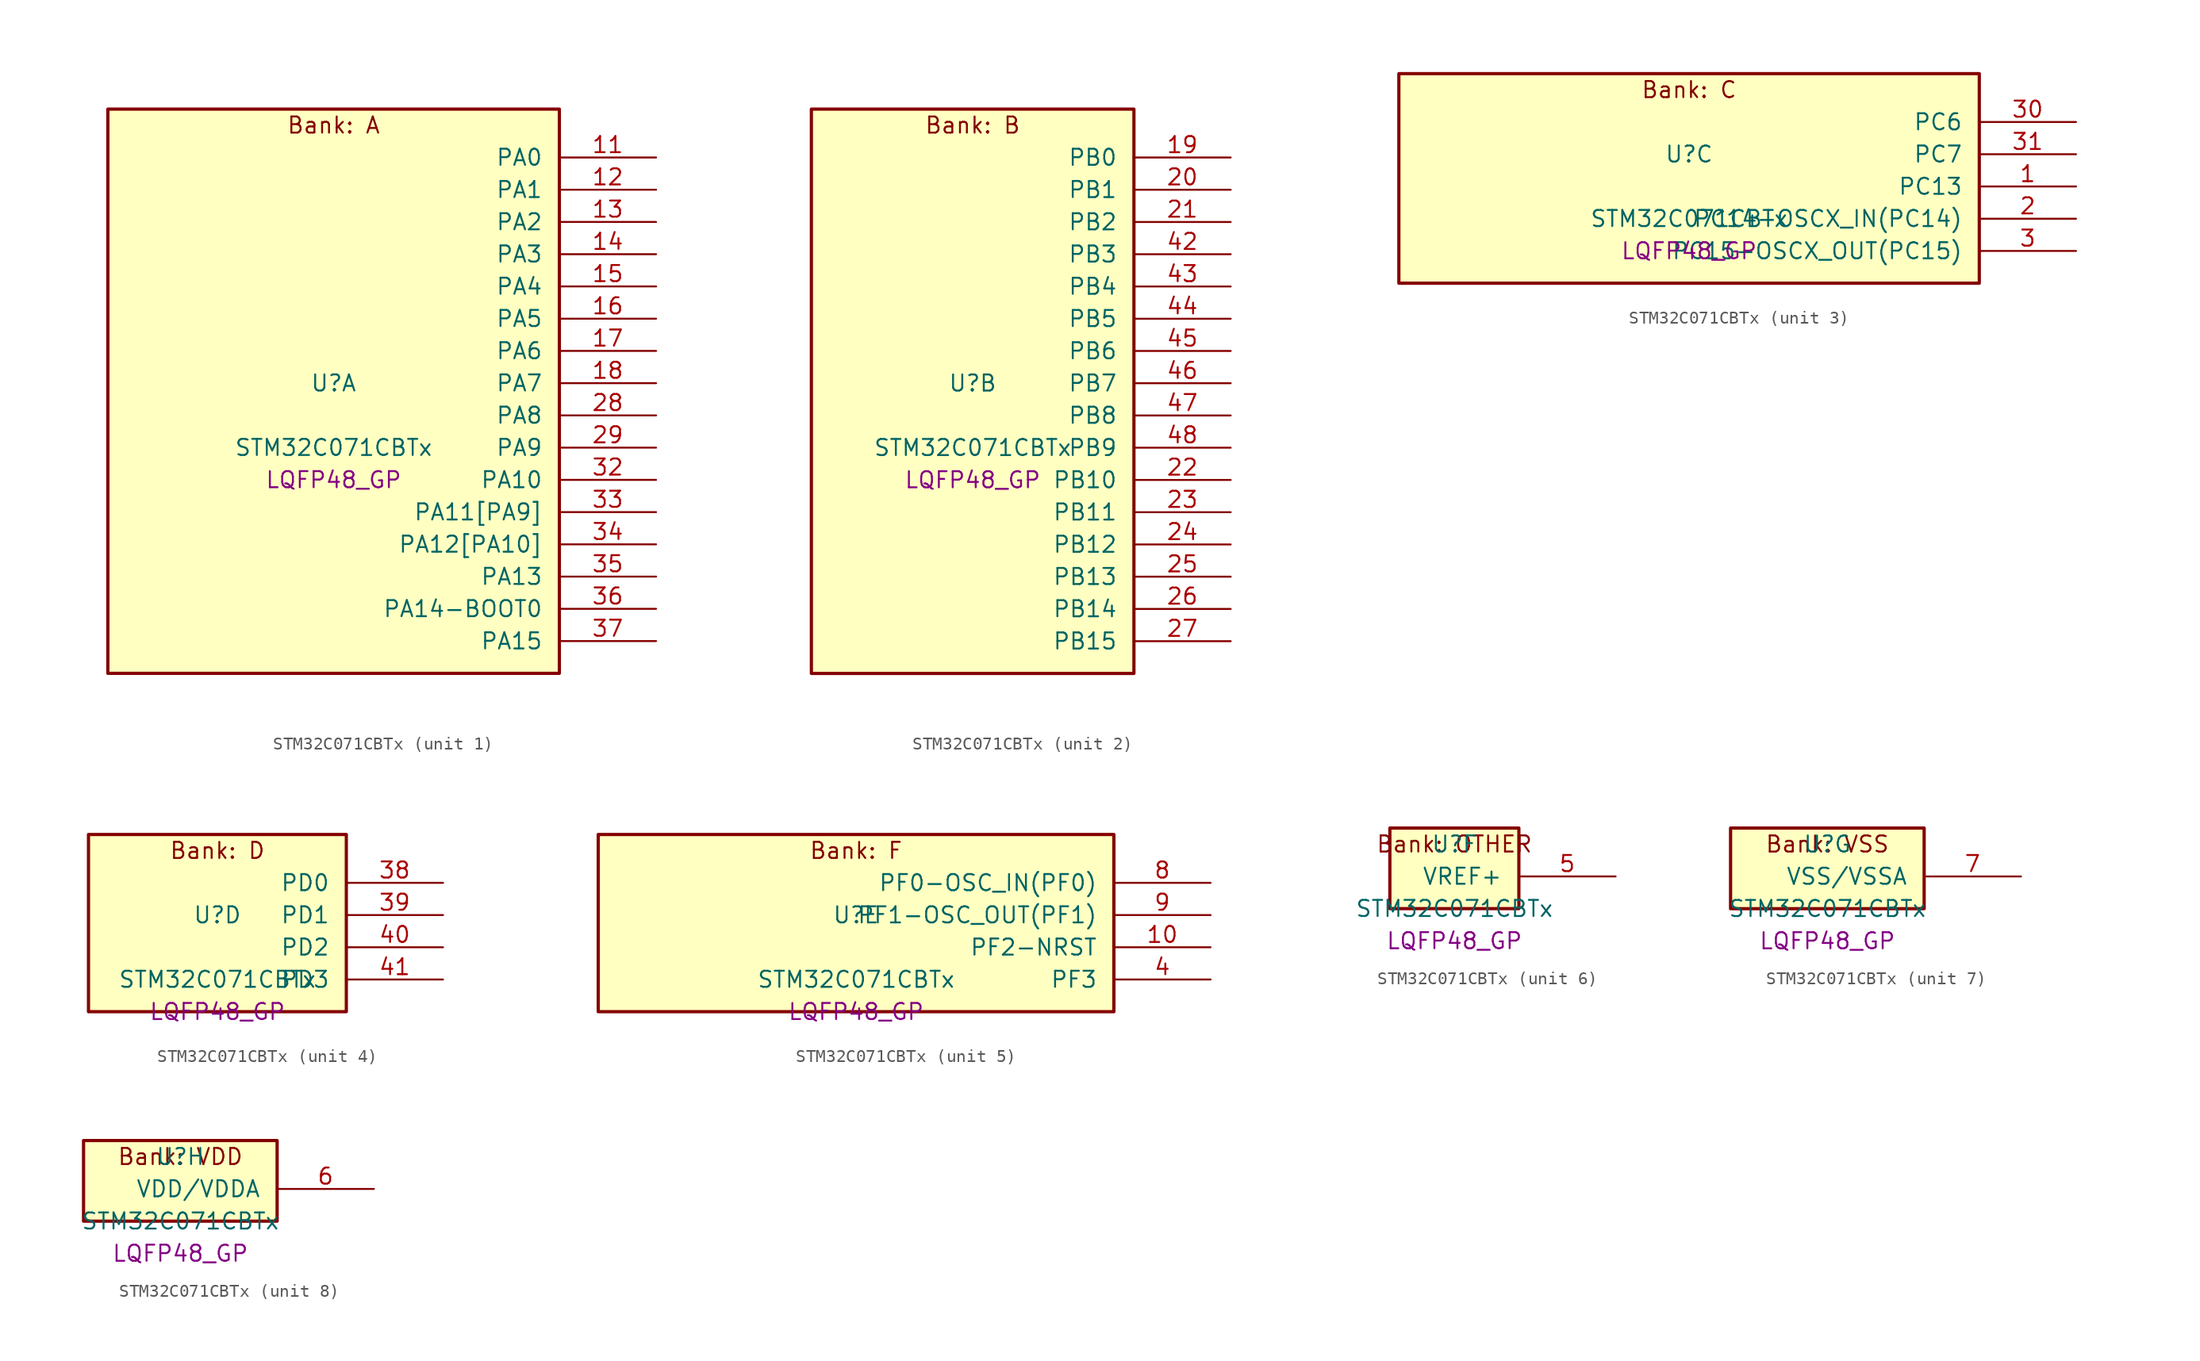
<source format=kicad_sym>
(kicad_symbol_lib
  (version 20241209)
  (generator "stm32_pkl_generator")
  (generator_version "1.0")
  (symbol "STM32C071CBTx"
    (pin_names
      (offset 1.27))
    (property "Reference" "U"
      (at 0 2.54 0))
    (property "Value" "STM32C071CBTx"
      (at 0 -2.54 0))
    (property "Footprint" "LQFP48_GP"
      (at 0 -5.08 0))
    (symbol "STM32C071CBTx_1_1"
      (rectangle (start -17.78 24.13) (end 17.78 -20.32) (stroke (width 0.254) (type solid)) (fill (type background)))
      (text "Bank: A" (at 0 22.86 0))
      (pin bidirectional line (at 25.4 20.32 180) (length 7.62) (name "PA0") (number "11") (alternate "PA0/ADC1_IN0" bidirectional line) (alternate "PA0/PWR_WKUP1" bidirectional line) (alternate "PA0/SPI2_SCK" bidirectional line) (alternate "PA0/TIM16_CH1" bidirectional line) (alternate "PA0/TIM1_CH1" bidirectional line) (alternate "PA0/TIM2_CH1" bidirectional line) (alternate "PA0/TIM2_ETR" bidirectional line) (alternate "PA0/USART1_TX" bidirectional line) (alternate "PA0/USART2_CTS" bidirectional line) (alternate "PA0/USART2_NSS" bidirectional line))
      (pin bidirectional line (at 25.4 17.78 180) (length 7.62) (name "PA1") (number "12") (alternate "PA1/ADC1_IN1" bidirectional line) (alternate "PA1/I2C1_SMBA" bidirectional line) (alternate "PA1/I2S1_CK" bidirectional line) (alternate "PA1/SPI1_SCK" bidirectional line) (alternate "PA1/TIM17_CH1" bidirectional line) (alternate "PA1/TIM1_CH2" bidirectional line) (alternate "PA1/TIM2_CH2" bidirectional line) (alternate "PA1/USART1_RX" bidirectional line) (alternate "PA1/USART2_CK" bidirectional line) (alternate "PA1/USART2_DE" bidirectional line) (alternate "PA1/USART2_RTS" bidirectional line))
      (pin bidirectional line (at 25.4 15.24 180) (length 7.62) (name "PA2") (number "13") (alternate "PA2/ADC1_IN2" bidirectional line) (alternate "PA2/I2S1_SD" bidirectional line) (alternate "PA2/PWR_WKUP4" bidirectional line) (alternate "PA2/RCC_LSCO" bidirectional line) (alternate "PA2/SPI1_MOSI" bidirectional line) (alternate "PA2/TIM16_CH1N" bidirectional line) (alternate "PA2/TIM1_CH3" bidirectional line) (alternate "PA2/TIM2_CH3" bidirectional line) (alternate "PA2/TIM3_ETR" bidirectional line) (alternate "PA2/USART2_TX" bidirectional line))
      (pin bidirectional line (at 25.4 12.7 180) (length 7.62) (name "PA3") (number "14") (alternate "PA3/ADC1_IN3" bidirectional line) (alternate "PA3/SPI2_MISO" bidirectional line) (alternate "PA3/TIM1_CH1N" bidirectional line) (alternate "PA3/TIM1_CH4" bidirectional line) (alternate "PA3/TIM2_CH4" bidirectional line) (alternate "PA3/USART2_RX" bidirectional line))
      (pin bidirectional line (at 25.4 10.16 180) (length 7.62) (name "PA4") (number "15") (alternate "PA4/ADC1_IN4" bidirectional line) (alternate "PA4/I2S1_WS" bidirectional line) (alternate "PA4/RTC_OUT2" bidirectional line) (alternate "PA4/SPI1_NSS" bidirectional line) (alternate "PA4/SPI2_MOSI" bidirectional line) (alternate "PA4/TIM14_CH1" bidirectional line) (alternate "PA4/TIM17_CH1N" bidirectional line) (alternate "PA4/TIM1_CH2N" bidirectional line) (alternate "PA4/USART2_TX" bidirectional line) (alternate "PA4/USB_NOE" bidirectional line))
      (pin bidirectional line (at 25.4 7.62 180) (length 7.62) (name "PA5") (number "16") (alternate "PA5/ADC1_IN5" bidirectional line) (alternate "PA5/I2S1_CK" bidirectional line) (alternate "PA5/SPI1_SCK" bidirectional line) (alternate "PA5/TIM1_CH1" bidirectional line) (alternate "PA5/TIM1_CH3N" bidirectional line) (alternate "PA5/TIM2_CH1" bidirectional line) (alternate "PA5/TIM2_ETR" bidirectional line) (alternate "PA5/USART2_RX" bidirectional line))
      (pin bidirectional line (at 25.4 5.08 180) (length 7.62) (name "PA6") (number "17") (alternate "PA6/ADC1_IN6" bidirectional line) (alternate "PA6/I2C2_SDA" bidirectional line) (alternate "PA6/I2S1_MCK" bidirectional line) (alternate "PA6/SPI1_MISO" bidirectional line) (alternate "PA6/TIM16_CH1" bidirectional line) (alternate "PA6/TIM1_BKIN" bidirectional line) (alternate "PA6/TIM3_CH1" bidirectional line))
      (pin bidirectional line (at 25.4 2.54 180) (length 7.62) (name "PA7") (number "18") (alternate "PA7/ADC1_IN7" bidirectional line) (alternate "PA7/I2C2_SCL" bidirectional line) (alternate "PA7/I2S1_SD" bidirectional line) (alternate "PA7/SPI1_MOSI" bidirectional line) (alternate "PA7/TIM14_CH1" bidirectional line) (alternate "PA7/TIM17_CH1" bidirectional line) (alternate "PA7/TIM1_CH1N" bidirectional line) (alternate "PA7/TIM3_CH2" bidirectional line))
      (pin bidirectional line (at 25.4 0 180) (length 7.62) (name "PA8") (number "28") (alternate "PA8/ADC1_IN8" bidirectional line) (alternate "PA8/CRS_SYNC" bidirectional line) (alternate "PA8/I2S1_WS" bidirectional line) (alternate "PA8/RCC_MCO" bidirectional line) (alternate "PA8/RCC_MCO_2" bidirectional line) (alternate "PA8/SPI1_NSS" bidirectional line) (alternate "PA8/SPI2_MISO" bidirectional line) (alternate "PA8/SPI2_NSS" bidirectional line) (alternate "PA8/TIM14_CH1" bidirectional line) (alternate "PA8/TIM1_CH1" bidirectional line) (alternate "PA8/TIM1_CH2N" bidirectional line) (alternate "PA8/TIM1_CH3N" bidirectional line) (alternate "PA8/TIM3_CH3" bidirectional line) (alternate "PA8/TIM3_CH4" bidirectional line) (alternate "PA8/USART1_RX" bidirectional line) (alternate "PA8/USART2_TX" bidirectional line))
      (pin bidirectional line (at 25.4 -2.54 180) (length 7.62) (name "PA9") (number "29") (alternate "PA9/I2C1_SCL" bidirectional line) (alternate "PA9/I2C2_SCL" bidirectional line) (alternate "PA9/RCC_MCO" bidirectional line) (alternate "PA9/SPI2_MISO" bidirectional line) (alternate "PA9/TIM1_CH2" bidirectional line) (alternate "PA9/TIM3_ETR" bidirectional line) (alternate "PA9/USART1_TX" bidirectional line) (alternate "PA9/NC" bidirectional line))
      (pin bidirectional line (at 25.4 -5.08 180) (length 7.62) (name "PA10") (number "32") (alternate "PA10/I2C1_SDA" bidirectional line) (alternate "PA10/I2C2_SDA" bidirectional line) (alternate "PA10/RCC_MCO_2" bidirectional line) (alternate "PA10/SPI2_MOSI" bidirectional line) (alternate "PA10/TIM17_BKIN" bidirectional line) (alternate "PA10/TIM1_CH3" bidirectional line) (alternate "PA10/USART1_RX" bidirectional line) (alternate "PA10/NC" bidirectional line))
      (pin bidirectional line (at 25.4 -7.62 180) (length 7.62) (name "PA11[PA9]") (number "33") (alternate "PA11[PA9]/ADC1_EXTI11" bidirectional line) (alternate "PA11[PA9]/I2C2_SCL" bidirectional line) (alternate "PA11[PA9]/I2S1_MCK" bidirectional line) (alternate "PA11[PA9]/SPI1_MISO" bidirectional line) (alternate "PA11[PA9]/TIM1_BKIN2" bidirectional line) (alternate "PA11[PA9]/TIM1_CH4" bidirectional line) (alternate "PA11[PA9]/USART1_CTS" bidirectional line) (alternate "PA11[PA9]/USART1_NSS" bidirectional line) (alternate "PA11[PA9]/USB_DM" bidirectional line) (alternate "PA11[PA9]/PA9[PA11]" bidirectional line) (alternate "PA11[PA9]/I2C1_SCL" bidirectional line) (alternate "PA11[PA9]/RCC_MCO" bidirectional line) (alternate "PA11[PA9]/SPI2_MISO" bidirectional line) (alternate "PA11[PA9]/TIM1_CH2" bidirectional line) (alternate "PA11[PA9]/TIM3_ETR" bidirectional line) (alternate "PA11[PA9]/USART1_TX" bidirectional line))
      (pin bidirectional line (at 25.4 -10.16 180) (length 7.62) (name "PA12[PA10]") (number "34") (alternate "PA12[PA10]/I2C2_SDA" bidirectional line) (alternate "PA12[PA10]/I2S1_SD" bidirectional line) (alternate "PA12[PA10]/I2S_CKIN" bidirectional line) (alternate "PA12[PA10]/SPI1_MOSI" bidirectional line) (alternate "PA12[PA10]/TIM1_ETR" bidirectional line) (alternate "PA12[PA10]/USART1_CK" bidirectional line) (alternate "PA12[PA10]/USART1_DE" bidirectional line) (alternate "PA12[PA10]/USART1_RTS" bidirectional line) (alternate "PA12[PA10]/USB_DP" bidirectional line) (alternate "PA12[PA10]/PA10[PA12]" bidirectional line) (alternate "PA12[PA10]/I2C1_SDA" bidirectional line) (alternate "PA12[PA10]/RCC_MCO_2" bidirectional line) (alternate "PA12[PA10]/SPI2_MOSI" bidirectional line) (alternate "PA12[PA10]/TIM17_BKIN" bidirectional line) (alternate "PA12[PA10]/TIM1_CH3" bidirectional line) (alternate "PA12[PA10]/USART1_RX" bidirectional line))
      (pin bidirectional line (at 25.4 -12.7 180) (length 7.62) (name "PA13") (number "35") (alternate "PA13/ADC1_IN13" bidirectional line) (alternate "PA13/DEBUG_SWDIO" bidirectional line) (alternate "PA13/IR_OUT" bidirectional line) (alternate "PA13/TIM3_ETR" bidirectional line) (alternate "PA13/USART2_RX" bidirectional line) (alternate "PA13/USB_NOE" bidirectional line))
      (pin bidirectional line (at 25.4 -15.24 180) (length 7.62) (name "PA14-BOOT0") (number "36") (alternate "PA14-BOOT0/ADC1_IN14" bidirectional line) (alternate "PA14-BOOT0/DEBUG_SWCLK" bidirectional line) (alternate "PA14-BOOT0/I2S1_WS" bidirectional line) (alternate "PA14-BOOT0/RCC_MCO_2" bidirectional line) (alternate "PA14-BOOT0/SPI1_NSS" bidirectional line) (alternate "PA14-BOOT0/TIM1_CH1" bidirectional line) (alternate "PA14-BOOT0/USART1_CK" bidirectional line) (alternate "PA14-BOOT0/USART1_DE" bidirectional line) (alternate "PA14-BOOT0/USART1_RTS" bidirectional line) (alternate "PA14-BOOT0/USART2_RX" bidirectional line) (alternate "PA14-BOOT0/USART2_TX" bidirectional line))
      (pin bidirectional line (at 25.4 -17.78 180) (length 7.62) (name "PA15") (number "37") (alternate "PA15/I2S1_WS" bidirectional line) (alternate "PA15/RCC_MCO_2" bidirectional line) (alternate "PA15/SPI1_NSS" bidirectional line) (alternate "PA15/TIM1_CH1" bidirectional line) (alternate "PA15/TIM2_CH1" bidirectional line) (alternate "PA15/TIM2_ETR" bidirectional line) (alternate "PA15/USART1_CK" bidirectional line) (alternate "PA15/USART1_DE" bidirectional line) (alternate "PA15/USART1_RTS" bidirectional line) (alternate "PA15/USART2_RX" bidirectional line) (alternate "PA15/USB_NOE" bidirectional line)))
    (symbol "STM32C071CBTx_2_1"
      (rectangle (start -12.7 24.13) (end 12.7 -20.32) (stroke (width 0.254) (type solid)) (fill (type background)))
      (text "Bank: B" (at 0 22.86 0))
      (pin bidirectional line (at 20.32 20.32 180) (length 7.62) (name "PB0") (number "19") (alternate "PB0/ADC1_IN17" bidirectional line) (alternate "PB0/I2S1_WS" bidirectional line) (alternate "PB0/SPI1_NSS" bidirectional line) (alternate "PB0/TIM1_CH2N" bidirectional line) (alternate "PB0/TIM3_CH3" bidirectional line))
      (pin bidirectional line (at 20.32 17.78 180) (length 7.62) (name "PB1") (number "20") (alternate "PB1/ADC1_IN18" bidirectional line) (alternate "PB1/TIM14_CH1" bidirectional line) (alternate "PB1/TIM1_CH2N" bidirectional line) (alternate "PB1/TIM1_CH3N" bidirectional line) (alternate "PB1/TIM3_CH4" bidirectional line))
      (pin bidirectional line (at 20.32 15.24 180) (length 7.62) (name "PB2") (number "21") (alternate "PB2/ADC1_IN19" bidirectional line) (alternate "PB2/RCC_MCO_2" bidirectional line) (alternate "PB2/SPI2_MISO" bidirectional line) (alternate "PB2/USART1_RX" bidirectional line))
      (pin bidirectional line (at 20.32 12.7 180) (length 7.62) (name "PB3") (number "42") (alternate "PB3/I2C2_SCL" bidirectional line) (alternate "PB3/I2S1_CK" bidirectional line) (alternate "PB3/SPI1_SCK" bidirectional line) (alternate "PB3/TIM1_CH2" bidirectional line) (alternate "PB3/TIM2_CH2" bidirectional line) (alternate "PB3/TIM3_CH2" bidirectional line) (alternate "PB3/USART1_CK" bidirectional line) (alternate "PB3/USART1_DE" bidirectional line) (alternate "PB3/USART1_RTS" bidirectional line))
      (pin bidirectional line (at 20.32 10.16 180) (length 7.62) (name "PB4") (number "43") (alternate "PB4/I2C2_SDA" bidirectional line) (alternate "PB4/I2S1_MCK" bidirectional line) (alternate "PB4/SPI1_MISO" bidirectional line) (alternate "PB4/TIM17_BKIN" bidirectional line) (alternate "PB4/TIM3_CH1" bidirectional line) (alternate "PB4/USART1_CTS" bidirectional line) (alternate "PB4/USART1_NSS" bidirectional line))
      (pin bidirectional line (at 20.32 7.62 180) (length 7.62) (name "PB5") (number "44") (alternate "PB5/I2C1_SMBA" bidirectional line) (alternate "PB5/I2S1_SD" bidirectional line) (alternate "PB5/PWR_WKUP6" bidirectional line) (alternate "PB5/SPI1_MOSI" bidirectional line) (alternate "PB5/TIM16_BKIN" bidirectional line) (alternate "PB5/TIM3_CH2" bidirectional line) (alternate "PB5/TIM3_CH3" bidirectional line))
      (pin bidirectional line (at 20.32 5.08 180) (length 7.62) (name "PB6") (number "45") (alternate "PB6/I2C1_SCL" bidirectional line) (alternate "PB6/I2C1_SMBA" bidirectional line) (alternate "PB6/I2S1_CK" bidirectional line) (alternate "PB6/I2S1_MCK" bidirectional line) (alternate "PB6/I2S1_SD" bidirectional line) (alternate "PB6/PWR_WKUP3" bidirectional line) (alternate "PB6/SPI1_MISO" bidirectional line) (alternate "PB6/SPI1_MOSI" bidirectional line) (alternate "PB6/SPI1_SCK" bidirectional line) (alternate "PB6/SPI2_MISO" bidirectional line) (alternate "PB6/TIM16_BKIN" bidirectional line) (alternate "PB6/TIM16_CH1N" bidirectional line) (alternate "PB6/TIM17_BKIN" bidirectional line) (alternate "PB6/TIM1_CH2" bidirectional line) (alternate "PB6/TIM1_CH3" bidirectional line) (alternate "PB6/TIM3_CH1" bidirectional line) (alternate "PB6/TIM3_CH2" bidirectional line) (alternate "PB6/TIM3_CH3" bidirectional line) (alternate "PB6/USART1_CTS" bidirectional line) (alternate "PB6/USART1_NSS" bidirectional line) (alternate "PB6/USART1_TX" bidirectional line))
      (pin bidirectional line (at 20.32 2.54 180) (length 7.62) (name "PB7") (number "46") (alternate "PB7/I2C1_SCL" bidirectional line) (alternate "PB7/I2C1_SDA" bidirectional line) (alternate "PB7/SPI2_MOSI" bidirectional line) (alternate "PB7/TIM16_CH1" bidirectional line) (alternate "PB7/TIM17_CH1N" bidirectional line) (alternate "PB7/TIM1_CH4" bidirectional line) (alternate "PB7/TIM3_CH1" bidirectional line) (alternate "PB7/TIM3_CH4" bidirectional line) (alternate "PB7/USART1_RX" bidirectional line) (alternate "PB7/USART2_CTS" bidirectional line) (alternate "PB7/USART2_NSS" bidirectional line))
      (pin bidirectional line (at 20.32 0 180) (length 7.62) (name "PB8") (number "47") (alternate "PB8/I2C1_SCL" bidirectional line) (alternate "PB8/SPI2_SCK" bidirectional line) (alternate "PB8/TIM16_CH1" bidirectional line) (alternate "PB8/TIM3_CH1" bidirectional line) (alternate "PB8/USART2_CTS" bidirectional line) (alternate "PB8/USART2_NSS" bidirectional line))
      (pin bidirectional line (at 20.32 -2.54 180) (length 7.62) (name "PB9") (number "48") (alternate "PB9/I2C1_SDA" bidirectional line) (alternate "PB9/IR_OUT" bidirectional line) (alternate "PB9/SPI2_NSS" bidirectional line) (alternate "PB9/TIM17_CH1" bidirectional line) (alternate "PB9/TIM3_CH2" bidirectional line) (alternate "PB9/USART2_CK" bidirectional line) (alternate "PB9/USART2_DE" bidirectional line) (alternate "PB9/USART2_RTS" bidirectional line))
      (pin bidirectional line (at 20.32 -5.08 180) (length 7.62) (name "PB10") (number "22") (alternate "PB10/ADC1_IN20" bidirectional line) (alternate "PB10/I2C2_SCL" bidirectional line) (alternate "PB10/SPI2_SCK" bidirectional line) (alternate "PB10/TIM2_CH3" bidirectional line))
      (pin bidirectional line (at 20.32 -7.62 180) (length 7.62) (name "PB11") (number "23") (alternate "PB11/ADC1_EXTI11" bidirectional line) (alternate "PB11/ADC1_IN21" bidirectional line) (alternate "PB11/I2C2_SDA" bidirectional line) (alternate "PB11/SPI2_MOSI" bidirectional line) (alternate "PB11/TIM2_CH4" bidirectional line))
      (pin bidirectional line (at 20.32 -10.16 180) (length 7.62) (name "PB12") (number "24") (alternate "PB12/ADC1_IN22" bidirectional line) (alternate "PB12/SPI2_NSS" bidirectional line) (alternate "PB12/TIM1_BKIN" bidirectional line) (alternate "PB12/TIM1_BKIN2" bidirectional line))
      (pin bidirectional line (at 20.32 -12.7 180) (length 7.62) (name "PB13") (number "25") (alternate "PB13/I2C2_SCL" bidirectional line) (alternate "PB13/SPI2_SCK" bidirectional line) (alternate "PB13/TIM1_CH1N" bidirectional line))
      (pin bidirectional line (at 20.32 -15.24 180) (length 7.62) (name "PB14") (number "26") (alternate "PB14/I2C2_SDA" bidirectional line) (alternate "PB14/SPI2_MISO" bidirectional line) (alternate "PB14/TIM1_CH2N" bidirectional line))
      (pin bidirectional line (at 20.32 -17.78 180) (length 7.62) (name "PB15") (number "27") (alternate "PB15/RTC_REFIN" bidirectional line) (alternate "PB15/SPI2_MOSI" bidirectional line) (alternate "PB15/TIM1_CH3N" bidirectional line)))
    (symbol "STM32C071CBTx_3_1"
      (rectangle (start -22.86 8.89) (end 22.86 -7.62) (stroke (width 0.254) (type solid)) (fill (type background)))
      (text "Bank: C" (at 0 7.62 0))
      (pin bidirectional line (at 30.48 5.08 180) (length 7.62) (name "PC6") (number "30") (alternate "PC6/TIM2_CH3" bidirectional line) (alternate "PC6/TIM3_CH1" bidirectional line))
      (pin bidirectional line (at 30.48 2.54 180) (length 7.62) (name "PC7") (number "31") (alternate "PC7/TIM2_CH4" bidirectional line) (alternate "PC7/TIM3_CH2" bidirectional line))
      (pin bidirectional line (at 30.48 0 180) (length 7.62) (name "PC13") (number "1") (alternate "PC13/PWR_WKUP2" bidirectional line) (alternate "PC13/RTC_OUT1" bidirectional line) (alternate "PC13/RTC_TS" bidirectional line) (alternate "PC13/TIM1_BKIN" bidirectional line) (alternate "PC13/TIM1_ETR" bidirectional line))
      (pin bidirectional line (at 30.48 -2.54 180) (length 7.62) (name "PC14-OSCX_IN(PC14)") (number "2") (alternate "PC14-OSCX_IN(PC14)/I2C1_SDA" bidirectional line) (alternate "PC14-OSCX_IN(PC14)/IR_OUT" bidirectional line) (alternate "PC14-OSCX_IN(PC14)/RCC_OSCX_IN" bidirectional line) (alternate "PC14-OSCX_IN(PC14)/SPI2_NSS" bidirectional line) (alternate "PC14-OSCX_IN(PC14)/TIM17_CH1" bidirectional line) (alternate "PC14-OSCX_IN(PC14)/TIM1_BKIN2" bidirectional line) (alternate "PC14-OSCX_IN(PC14)/TIM1_ETR" bidirectional line) (alternate "PC14-OSCX_IN(PC14)/TIM3_CH2" bidirectional line) (alternate "PC14-OSCX_IN(PC14)/USART1_TX" bidirectional line) (alternate "PC14-OSCX_IN(PC14)/USART2_CK" bidirectional line) (alternate "PC14-OSCX_IN(PC14)/USART2_DE" bidirectional line) (alternate "PC14-OSCX_IN(PC14)/USART2_RTS" bidirectional line))
      (pin bidirectional line (at 30.48 -5.08 180) (length 7.62) (name "PC15-OSCX_OUT(PC15)") (number "3") (alternate "PC15-OSCX_OUT(PC15)/RCC_OSC32_EN" bidirectional line) (alternate "PC15-OSCX_OUT(PC15)/RCC_OSCX_OUT" bidirectional line) (alternate "PC15-OSCX_OUT(PC15)/RCC_OSC_EN" bidirectional line) (alternate "PC15-OSCX_OUT(PC15)/TIM1_ETR" bidirectional line) (alternate "PC15-OSCX_OUT(PC15)/TIM3_CH3" bidirectional line)))
    (symbol "STM32C071CBTx_4_1"
      (rectangle (start -10.16 8.89) (end 10.16 -5.08) (stroke (width 0.254) (type solid)) (fill (type background)))
      (text "Bank: D" (at 0 7.62 0))
      (pin bidirectional line (at 17.78 5.08 180) (length 7.62) (name "PD0") (number "38") (alternate "PD0/SPI2_NSS" bidirectional line) (alternate "PD0/TIM16_CH1" bidirectional line))
      (pin bidirectional line (at 17.78 2.54 180) (length 7.62) (name "PD1") (number "39") (alternate "PD1/SPI2_SCK" bidirectional line) (alternate "PD1/TIM17_CH1" bidirectional line))
      (pin bidirectional line (at 17.78 0 180) (length 7.62) (name "PD2") (number "40") (alternate "PD2/TIM1_CH1N" bidirectional line) (alternate "PD2/TIM3_ETR" bidirectional line))
      (pin bidirectional line (at 17.78 -2.54 180) (length 7.62) (name "PD3") (number "41") (alternate "PD3/SPI2_MISO" bidirectional line) (alternate "PD3/TIM1_CH2N" bidirectional line) (alternate "PD3/USART2_CTS" bidirectional line) (alternate "PD3/USART2_NSS" bidirectional line)))
    (symbol "STM32C071CBTx_5_1"
      (rectangle (start -20.32 8.89) (end 20.32 -5.08) (stroke (width 0.254) (type solid)) (fill (type background)))
      (text "Bank: F" (at 0 7.62 0))
      (pin bidirectional line (at 27.94 5.08 180) (length 7.62) (name "PF0-OSC_IN(PF0)") (number "8") (alternate "PF0-OSC_IN(PF0)/CRS_SYNC" bidirectional line) (alternate "PF0-OSC_IN(PF0)/RCC_OSC_IN" bidirectional line) (alternate "PF0-OSC_IN(PF0)/TIM14_CH1" bidirectional line))
      (pin bidirectional line (at 27.94 2.54 180) (length 7.62) (name "PF1-OSC_OUT(PF1)") (number "9") (alternate "PF1-OSC_OUT(PF1)/RCC_OSC_EN" bidirectional line) (alternate "PF1-OSC_OUT(PF1)/RCC_OSC_OUT" bidirectional line))
      (pin bidirectional line (at 27.94 0 180) (length 7.62) (name "PF2-NRST") (number "10") (alternate "PF2-NRST/RCC_MCO" bidirectional line) (alternate "PF2-NRST/TIM1_CH4" bidirectional line))
      (pin bidirectional line (at 27.94 -2.54 180) (length 7.62) (name "PF3") (number "4")))
    (symbol "STM32C071CBTx_6_1"
      (rectangle (start -5.08 3.81) (end 5.08 -2.54) (stroke (width 0.254) (type solid)) (fill (type background)))
      (text "Bank: OTHER" (at 0 2.54 0))
      (pin bidirectional line (at 12.7 0 180) (length 7.62) (name "VREF+") (number "5")))
    (symbol "STM32C071CBTx_7_1"
      (rectangle (start -7.62 3.81) (end 7.62 -2.54) (stroke (width 0.254) (type solid)) (fill (type background)))
      (text "Bank: VSS" (at 0 2.54 0))
      (pin power_in line (at 15.24 0 180) (length 7.62) (name "VSS/VSSA") (number "7")))
    (symbol "STM32C071CBTx_8_1"
      (rectangle (start -7.62 3.81) (end 7.62 -2.54) (stroke (width 0.254) (type solid)) (fill (type background)))
      (text "Bank: VDD" (at 0 2.54 0))
      (pin power_in line (at 15.24 0 180) (length 7.62) (name "VDD/VDDA") (number "6")))))
</source>
